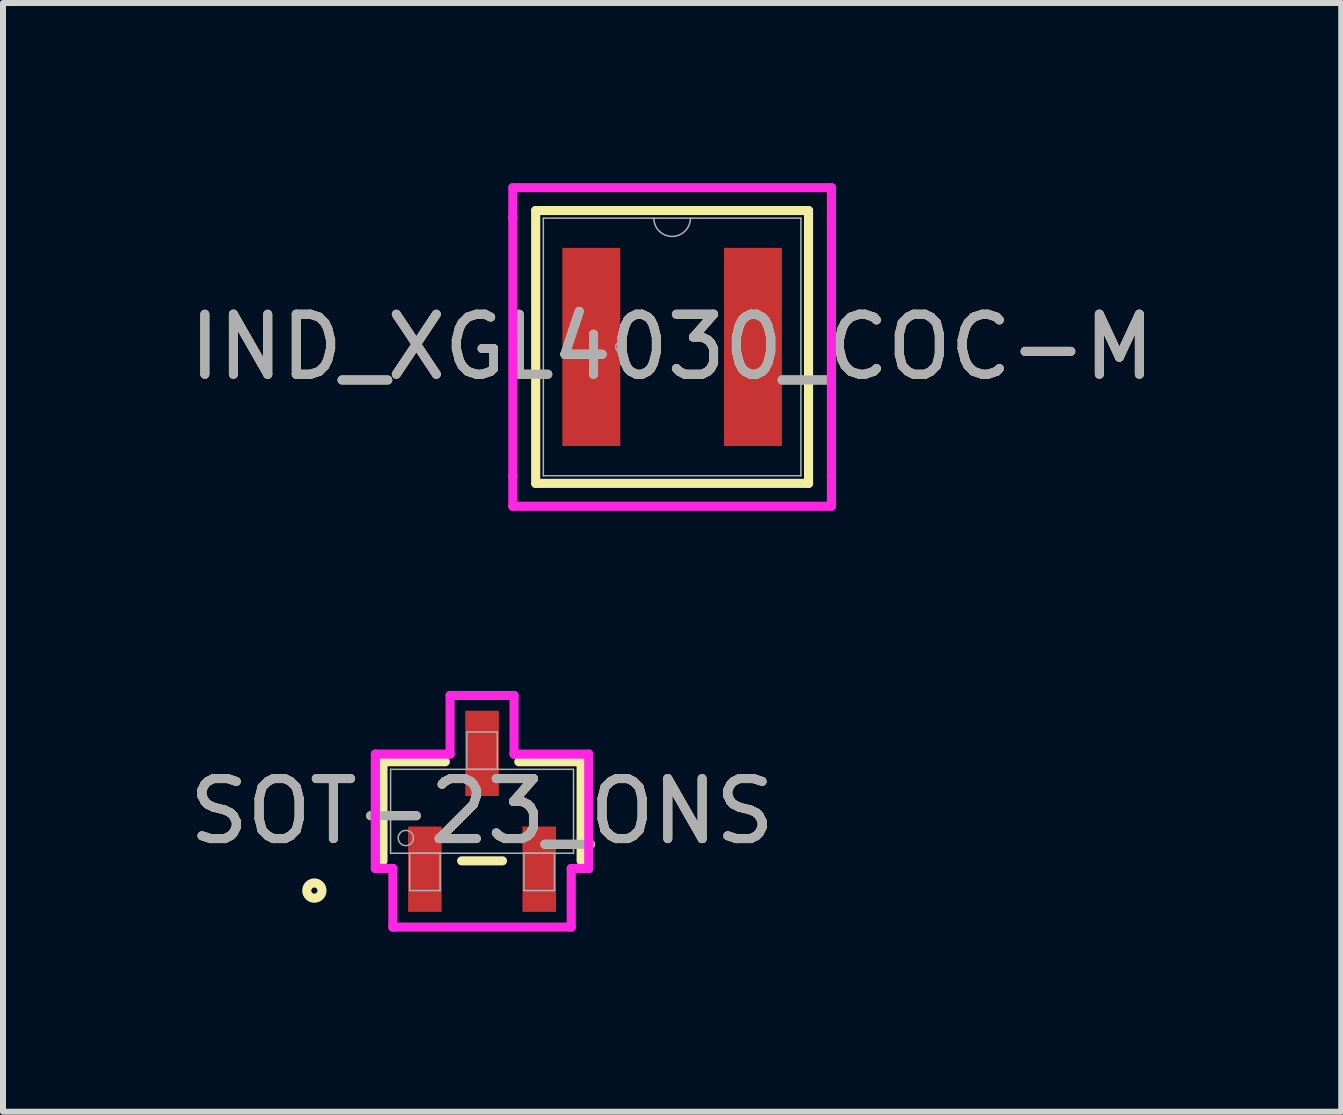
<source format=kicad_pcb>
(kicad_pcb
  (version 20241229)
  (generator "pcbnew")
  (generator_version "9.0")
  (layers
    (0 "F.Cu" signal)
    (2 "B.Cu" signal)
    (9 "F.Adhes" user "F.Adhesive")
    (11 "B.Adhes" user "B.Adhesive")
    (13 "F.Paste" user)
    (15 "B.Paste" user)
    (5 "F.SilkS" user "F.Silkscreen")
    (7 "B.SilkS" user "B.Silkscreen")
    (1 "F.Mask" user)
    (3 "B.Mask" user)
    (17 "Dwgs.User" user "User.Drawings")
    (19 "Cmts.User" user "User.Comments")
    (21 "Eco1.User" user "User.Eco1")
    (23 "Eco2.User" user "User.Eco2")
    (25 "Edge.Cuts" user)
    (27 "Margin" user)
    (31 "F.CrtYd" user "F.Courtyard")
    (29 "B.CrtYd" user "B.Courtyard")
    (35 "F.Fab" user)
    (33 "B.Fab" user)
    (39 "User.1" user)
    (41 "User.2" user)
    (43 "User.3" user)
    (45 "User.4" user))
  (footprint "SOT-23_ONS"
    (layer "F.Cu")
    (at 4.982 10.468)
    (property "Reference" "SOT-23_ONS" (at 0 0 0) (unlocked yes) (layer "F.SilkS") (effects (font (size 1 1) (thickness 0.15))))
    (attr smd)
    (fp_line (start -1.651 -0.826) (end -1.651 0.826) (stroke (width 0.152) (type solid)) (layer "F.SilkS"))
    (fp_line (start -0.612 -0.826) (end -1.651 -0.826) (stroke (width 0.152) (type solid)) (layer "F.SilkS"))
    (fp_line (start -0.34 0.826) (end 0.34 0.826) (stroke (width 0.152) (type solid)) (layer "F.SilkS"))
    (fp_line (start 1.651 -0.826) (end 0.612 -0.826) (stroke (width 0.152) (type solid)) (layer "F.SilkS"))
    (fp_line (start 1.651 0.826) (end 1.651 -0.826) (stroke (width 0.152) (type solid)) (layer "F.SilkS"))
    (fp_circle (center -2.794 1.321) (end -2.667 1.321) (stroke (width 0.152) (type solid)) (fill no) (layer "F.SilkS"))
    (fp_line (start -1.778 -0.953) (end -0.533 -0.953) (stroke (width 0.152) (type solid)) (layer "F.CrtYd"))
    (fp_line (start -1.778 0.953) (end -1.778 -0.953) (stroke (width 0.152) (type solid)) (layer "F.CrtYd"))
    (fp_line (start -1.778 0.953) (end -1.486 0.953) (stroke (width 0.152) (type solid)) (layer "F.CrtYd"))
    (fp_line (start -1.486 0.953) (end -1.486 1.93) (stroke (width 0.152) (type solid)) (layer "F.CrtYd"))
    (fp_line (start -1.486 1.93) (end 1.486 1.93) (stroke (width 0.152) (type solid)) (layer "F.CrtYd"))
    (fp_line (start -0.533 -1.93) (end 0.533 -1.93) (stroke (width 0.152) (type solid)) (layer "F.CrtYd"))
    (fp_line (start -0.533 -0.953) (end -0.533 -1.93) (stroke (width 0.152) (type solid)) (layer "F.CrtYd"))
    (fp_line (start 0.533 -0.953) (end 0.533 -1.93) (stroke (width 0.152) (type solid)) (layer "F.CrtYd"))
    (fp_line (start 1.486 0.953) (end 1.486 1.93) (stroke (width 0.152) (type solid)) (layer "F.CrtYd"))
    (fp_line (start 1.778 -0.953) (end 0.533 -0.953) (stroke (width 0.152) (type solid)) (layer "F.CrtYd"))
    (fp_line (start 1.778 -0.953) (end 1.778 0.953) (stroke (width 0.152) (type solid)) (layer "F.CrtYd"))
    (fp_line (start 1.778 0.953) (end 1.486 0.953) (stroke (width 0.152) (type solid)) (layer "F.CrtYd"))
    (fp_line (start -1.524 -0.699) (end -1.524 0.699) (stroke (width 0.025) (type solid)) (layer "F.Fab"))
    (fp_line (start -1.524 0.699) (end 1.524 0.699) (stroke (width 0.025) (type solid)) (layer "F.Fab"))
    (fp_line (start -1.206 0.699) (end -1.206 1.321) (stroke (width 0.025) (type solid)) (layer "F.Fab"))
    (fp_line (start -1.206 1.321) (end -0.699 1.321) (stroke (width 0.025) (type solid)) (layer "F.Fab"))
    (fp_line (start -0.699 0.699) (end -1.206 0.699) (stroke (width 0.025) (type solid)) (layer "F.Fab"))
    (fp_line (start -0.699 1.321) (end -0.699 0.699) (stroke (width 0.025) (type solid)) (layer "F.Fab"))
    (fp_line (start -0.254 -1.321) (end -0.254 -0.699) (stroke (width 0.025) (type solid)) (layer "F.Fab"))
    (fp_line (start -0.254 -0.699) (end 0.254 -0.699) (stroke (width 0.025) (type solid)) (layer "F.Fab"))
    (fp_line (start 0.254 -1.321) (end -0.254 -1.321) (stroke (width 0.025) (type solid)) (layer "F.Fab"))
    (fp_line (start 0.254 -0.699) (end 0.254 -1.321) (stroke (width 0.025) (type solid)) (layer "F.Fab"))
    (fp_line (start 0.699 0.699) (end 0.699 1.321) (stroke (width 0.025) (type solid)) (layer "F.Fab"))
    (fp_line (start 0.699 1.321) (end 1.206 1.321) (stroke (width 0.025) (type solid)) (layer "F.Fab"))
    (fp_line (start 1.206 0.699) (end 0.699 0.699) (stroke (width 0.025) (type solid)) (layer "F.Fab"))
    (fp_line (start 1.206 1.321) (end 1.206 0.699) (stroke (width 0.025) (type solid)) (layer "F.Fab"))
    (fp_line (start 1.524 -0.699) (end -1.524 -0.699) (stroke (width 0.025) (type solid)) (layer "F.Fab"))
    (fp_line (start 1.524 0.699) (end 1.524 -0.699) (stroke (width 0.025) (type solid)) (layer "F.Fab"))
    (fp_circle (center -1.27 0.445) (end -1.143 0.445) (stroke (width 0.025) (type solid)) (fill no) (layer "F.Fab"))
    (fp_text user "${REFERENCE}" (at 0 0 0) (unlocked yes) (layer "F.Fab") (effects (font (size 1 1) (thickness 0.15))))
    (pad "1" smd rect (at -0.953 0.965) (size 0.559 1.422) (layers "F.Cu" "F.Mask" "F.Paste"))
    (pad "2" smd rect (at 0.953 0.965) (size 0.559 1.422) (layers "F.Cu" "F.Mask" "F.Paste"))
    (pad "3" smd rect (at 0 -0.965) (size 0.559 1.422) (layers "F.Cu" "F.Mask" "F.Paste")))
  (footprint "IND_XGL4030_COC-M"
    (layer "F.Cu")
    (at 8.149 2.731)
    (property "Reference" "IND_XGL4030_COC-M" (at 0 0 0) (unlocked yes) (layer "F.SilkS") (effects (font (size 1 1) (thickness 0.15))))
    (attr smd)
    (fp_line (start -2.273 -2.273) (end -2.273 2.273) (stroke (width 0.152) (type solid)) (layer "F.SilkS"))
    (fp_line (start -2.273 2.273) (end 2.273 2.273) (stroke (width 0.152) (type solid)) (layer "F.SilkS"))
    (fp_line (start 2.273 -2.273) (end -2.273 -2.273) (stroke (width 0.152) (type solid)) (layer "F.SilkS"))
    (fp_line (start 2.273 2.273) (end 2.273 -2.273) (stroke (width 0.152) (type solid)) (layer "F.SilkS"))
    (fp_line (start -2.654 -2.654) (end 2.654 -2.654) (stroke (width 0.152) (type solid)) (layer "F.CrtYd"))
    (fp_line (start -2.654 -2.159) (end -2.654 -2.654) (stroke (width 0.152) (type solid)) (layer "F.CrtYd"))
    (fp_line (start -2.654 -2.159) (end -2.654 -2.159) (stroke (width 0.152) (type solid)) (layer "F.CrtYd"))
    (fp_line (start -2.654 2.159) (end -2.654 -2.159) (stroke (width 0.152) (type solid)) (layer "F.CrtYd"))
    (fp_line (start -2.654 2.159) (end -2.654 2.159) (stroke (width 0.152) (type solid)) (layer "F.CrtYd"))
    (fp_line (start -2.654 2.654) (end -2.654 2.159) (stroke (width 0.152) (type solid)) (layer "F.CrtYd"))
    (fp_line (start 2.654 -2.654) (end 2.654 -2.159) (stroke (width 0.152) (type solid)) (layer "F.CrtYd"))
    (fp_line (start 2.654 -2.159) (end 2.654 -2.159) (stroke (width 0.152) (type solid)) (layer "F.CrtYd"))
    (fp_line (start 2.654 -2.159) (end 2.654 2.159) (stroke (width 0.152) (type solid)) (layer "F.CrtYd"))
    (fp_line (start 2.654 2.159) (end 2.654 2.159) (stroke (width 0.152) (type solid)) (layer "F.CrtYd"))
    (fp_line (start 2.654 2.159) (end 2.654 2.654) (stroke (width 0.152) (type solid)) (layer "F.CrtYd"))
    (fp_line (start 2.654 2.654) (end -2.654 2.654) (stroke (width 0.152) (type solid)) (layer "F.CrtYd"))
    (fp_line (start -2.146 -2.146) (end -2.146 2.146) (stroke (width 0.025) (type solid)) (layer "F.Fab"))
    (fp_line (start -2.146 2.146) (end 2.146 2.146) (stroke (width 0.025) (type solid)) (layer "F.Fab"))
    (fp_line (start 2.146 -2.146) (end -2.146 -2.146) (stroke (width 0.025) (type solid)) (layer "F.Fab"))
    (fp_line (start 2.146 2.146) (end 2.146 -2.146) (stroke (width 0.025) (type solid)) (layer "F.Fab"))
    (fp_arc (start 0.3048 -2.1463) (mid 0 -1.8415) (end -0.3048 -2.1463) (stroke (width 0.0254) (type solid)) (layer "F.Fab"))
    (fp_circle (center -0.864 0) (end -0.787 0) (stroke (width 0.025) (type solid)) (fill no) (layer "F.Fab"))
    (fp_text user "${REFERENCE}" (at 0 0 0) (unlocked yes) (layer "F.Fab") (effects (font (size 1 1) (thickness 0.15))))
    (pad "1" smd rect (at -1.346 0) (size 0.965 3.302) (layers "F.Cu" "F.Mask" "F.Paste"))
    (pad "2" smd rect (at 1.346 0) (size 0.965 3.302) (layers "F.Cu" "F.Mask" "F.Paste")))
  (gr_rect
    (start -3 -3)
    (end 19.298 15.474)
    (stroke (width 0.1) (type default))
    (fill no)
    (layer "Edge.Cuts")))
</source>
